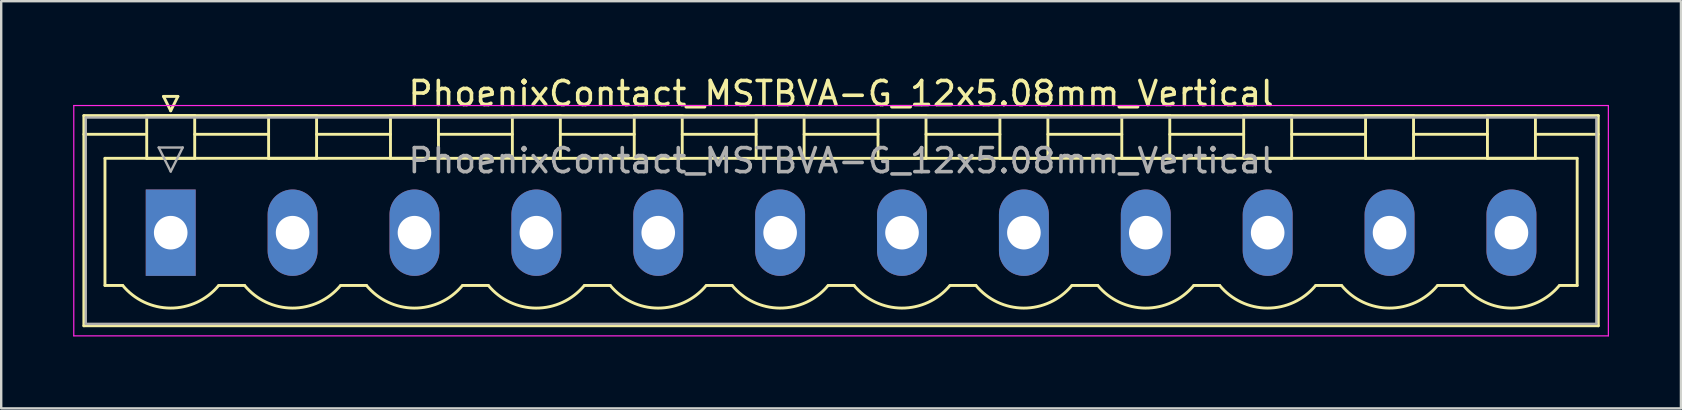
<source format=kicad_pcb>
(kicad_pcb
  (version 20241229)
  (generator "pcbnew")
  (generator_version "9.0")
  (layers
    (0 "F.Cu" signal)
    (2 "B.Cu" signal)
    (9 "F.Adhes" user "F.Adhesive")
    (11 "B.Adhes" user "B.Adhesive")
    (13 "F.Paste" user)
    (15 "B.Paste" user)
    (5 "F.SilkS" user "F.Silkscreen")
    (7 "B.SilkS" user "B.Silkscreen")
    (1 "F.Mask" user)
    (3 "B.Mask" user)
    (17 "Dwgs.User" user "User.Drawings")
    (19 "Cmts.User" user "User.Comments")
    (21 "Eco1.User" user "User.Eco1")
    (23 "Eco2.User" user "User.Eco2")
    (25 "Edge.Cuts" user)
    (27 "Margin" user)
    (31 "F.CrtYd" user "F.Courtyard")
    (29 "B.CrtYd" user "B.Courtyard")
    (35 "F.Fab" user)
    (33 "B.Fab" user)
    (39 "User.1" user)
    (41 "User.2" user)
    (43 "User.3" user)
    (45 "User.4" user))
  (footprint "PhoenixContact_MSTBVA-G_12x5.08mm_Vertical"
    (layer "F.Cu")
    (at 4.065 6.648)
    (property "Reference" "PhoenixContact_MSTBVA-G_12x5.08mm_Vertical" (at 27.94 -5.8 0) (layer "F.SilkS") (effects (font (size 1 1) (thickness 0.15))))
    (attr through_hole)
    (fp_line (start -3.62 -4.88) (end -3.62 3.88) (stroke (width 0.12) (type solid)) (layer "F.SilkS"))
    (fp_line (start -3.62 -4.1) (end -1.08 -4.1) (stroke (width 0.12) (type solid)) (layer "F.SilkS"))
    (fp_line (start -3.62 3.88) (end 59.5 3.88) (stroke (width 0.12) (type solid)) (layer "F.SilkS"))
    (fp_line (start -2.74 -3.1) (end 58.62 -3.1) (stroke (width 0.12) (type solid)) (layer "F.SilkS"))
    (fp_line (start -2.74 2.2) (end -2.74 -3.1) (stroke (width 0.12) (type solid)) (layer "F.SilkS"))
    (fp_line (start -2 2.2) (end -2.74 2.2) (stroke (width 0.12) (type solid)) (layer "F.SilkS"))
    (fp_line (start -1 -4.88) (end 1 -4.88) (stroke (width 0.12) (type solid)) (layer "F.SilkS"))
    (fp_line (start -1 -3.1) (end -1 -4.88) (stroke (width 0.12) (type solid)) (layer "F.SilkS"))
    (fp_line (start -0.3 -5.68) (end 0.3 -5.68) (stroke (width 0.12) (type solid)) (layer "F.SilkS"))
    (fp_line (start 0 -5.08) (end -0.3 -5.68) (stroke (width 0.12) (type solid)) (layer "F.SilkS"))
    (fp_line (start 0.3 -5.68) (end 0 -5.08) (stroke (width 0.12) (type solid)) (layer "F.SilkS"))
    (fp_line (start 1 -4.88) (end 1 -3.1) (stroke (width 0.12) (type solid)) (layer "F.SilkS"))
    (fp_line (start 1 -4.1) (end 4.08 -4.1) (stroke (width 0.12) (type solid)) (layer "F.SilkS"))
    (fp_line (start 1 -3.1) (end -1 -3.1) (stroke (width 0.12) (type solid)) (layer "F.SilkS"))
    (fp_line (start 2 2.2) (end 3.08 2.2) (stroke (width 0.12) (type solid)) (layer "F.SilkS"))
    (fp_line (start 4.08 -4.88) (end 6.08 -4.88) (stroke (width 0.12) (type solid)) (layer "F.SilkS"))
    (fp_line (start 4.08 -3.1) (end 4.08 -4.88) (stroke (width 0.12) (type solid)) (layer "F.SilkS"))
    (fp_line (start 6.08 -4.88) (end 6.08 -3.1) (stroke (width 0.12) (type solid)) (layer "F.SilkS"))
    (fp_line (start 6.08 -4.1) (end 9.16 -4.1) (stroke (width 0.12) (type solid)) (layer "F.SilkS"))
    (fp_line (start 6.08 -3.1) (end 4.08 -3.1) (stroke (width 0.12) (type solid)) (layer "F.SilkS"))
    (fp_line (start 7.08 2.2) (end 8.16 2.2) (stroke (width 0.12) (type solid)) (layer "F.SilkS"))
    (fp_line (start 9.16 -4.88) (end 11.16 -4.88) (stroke (width 0.12) (type solid)) (layer "F.SilkS"))
    (fp_line (start 9.16 -3.1) (end 9.16 -4.88) (stroke (width 0.12) (type solid)) (layer "F.SilkS"))
    (fp_line (start 11.16 -4.88) (end 11.16 -3.1) (stroke (width 0.12) (type solid)) (layer "F.SilkS"))
    (fp_line (start 11.16 -4.1) (end 14.24 -4.1) (stroke (width 0.12) (type solid)) (layer "F.SilkS"))
    (fp_line (start 11.16 -3.1) (end 9.16 -3.1) (stroke (width 0.12) (type solid)) (layer "F.SilkS"))
    (fp_line (start 12.16 2.2) (end 13.24 2.2) (stroke (width 0.12) (type solid)) (layer "F.SilkS"))
    (fp_line (start 14.24 -4.88) (end 16.24 -4.88) (stroke (width 0.12) (type solid)) (layer "F.SilkS"))
    (fp_line (start 14.24 -3.1) (end 14.24 -4.88) (stroke (width 0.12) (type solid)) (layer "F.SilkS"))
    (fp_line (start 16.24 -4.88) (end 16.24 -3.1) (stroke (width 0.12) (type solid)) (layer "F.SilkS"))
    (fp_line (start 16.24 -4.1) (end 19.32 -4.1) (stroke (width 0.12) (type solid)) (layer "F.SilkS"))
    (fp_line (start 16.24 -3.1) (end 14.24 -3.1) (stroke (width 0.12) (type solid)) (layer "F.SilkS"))
    (fp_line (start 17.24 2.2) (end 18.32 2.2) (stroke (width 0.12) (type solid)) (layer "F.SilkS"))
    (fp_line (start 19.32 -4.88) (end 21.32 -4.88) (stroke (width 0.12) (type solid)) (layer "F.SilkS"))
    (fp_line (start 19.32 -3.1) (end 19.32 -4.88) (stroke (width 0.12) (type solid)) (layer "F.SilkS"))
    (fp_line (start 21.32 -4.88) (end 21.32 -3.1) (stroke (width 0.12) (type solid)) (layer "F.SilkS"))
    (fp_line (start 21.32 -4.1) (end 24.4 -4.1) (stroke (width 0.12) (type solid)) (layer "F.SilkS"))
    (fp_line (start 21.32 -3.1) (end 19.32 -3.1) (stroke (width 0.12) (type solid)) (layer "F.SilkS"))
    (fp_line (start 22.32 2.2) (end 23.4 2.2) (stroke (width 0.12) (type solid)) (layer "F.SilkS"))
    (fp_line (start 24.4 -4.88) (end 26.4 -4.88) (stroke (width 0.12) (type solid)) (layer "F.SilkS"))
    (fp_line (start 24.4 -3.1) (end 24.4 -4.88) (stroke (width 0.12) (type solid)) (layer "F.SilkS"))
    (fp_line (start 26.4 -4.88) (end 26.4 -3.1) (stroke (width 0.12) (type solid)) (layer "F.SilkS"))
    (fp_line (start 26.4 -4.1) (end 29.48 -4.1) (stroke (width 0.12) (type solid)) (layer "F.SilkS"))
    (fp_line (start 26.4 -3.1) (end 24.4 -3.1) (stroke (width 0.12) (type solid)) (layer "F.SilkS"))
    (fp_line (start 27.4 2.2) (end 28.48 2.2) (stroke (width 0.12) (type solid)) (layer "F.SilkS"))
    (fp_line (start 29.48 -4.88) (end 31.48 -4.88) (stroke (width 0.12) (type solid)) (layer "F.SilkS"))
    (fp_line (start 29.48 -3.1) (end 29.48 -4.88) (stroke (width 0.12) (type solid)) (layer "F.SilkS"))
    (fp_line (start 31.48 -4.88) (end 31.48 -3.1) (stroke (width 0.12) (type solid)) (layer "F.SilkS"))
    (fp_line (start 31.48 -4.1) (end 34.56 -4.1) (stroke (width 0.12) (type solid)) (layer "F.SilkS"))
    (fp_line (start 31.48 -3.1) (end 29.48 -3.1) (stroke (width 0.12) (type solid)) (layer "F.SilkS"))
    (fp_line (start 32.48 2.2) (end 33.56 2.2) (stroke (width 0.12) (type solid)) (layer "F.SilkS"))
    (fp_line (start 34.56 -4.88) (end 36.56 -4.88) (stroke (width 0.12) (type solid)) (layer "F.SilkS"))
    (fp_line (start 34.56 -3.1) (end 34.56 -4.88) (stroke (width 0.12) (type solid)) (layer "F.SilkS"))
    (fp_line (start 36.56 -4.88) (end 36.56 -3.1) (stroke (width 0.12) (type solid)) (layer "F.SilkS"))
    (fp_line (start 36.56 -4.1) (end 39.64 -4.1) (stroke (width 0.12) (type solid)) (layer "F.SilkS"))
    (fp_line (start 36.56 -3.1) (end 34.56 -3.1) (stroke (width 0.12) (type solid)) (layer "F.SilkS"))
    (fp_line (start 37.56 2.2) (end 38.64 2.2) (stroke (width 0.12) (type solid)) (layer "F.SilkS"))
    (fp_line (start 39.64 -4.88) (end 41.64 -4.88) (stroke (width 0.12) (type solid)) (layer "F.SilkS"))
    (fp_line (start 39.64 -3.1) (end 39.64 -4.88) (stroke (width 0.12) (type solid)) (layer "F.SilkS"))
    (fp_line (start 41.64 -4.88) (end 41.64 -3.1) (stroke (width 0.12) (type solid)) (layer "F.SilkS"))
    (fp_line (start 41.64 -4.1) (end 44.72 -4.1) (stroke (width 0.12) (type solid)) (layer "F.SilkS"))
    (fp_line (start 41.64 -3.1) (end 39.64 -3.1) (stroke (width 0.12) (type solid)) (layer "F.SilkS"))
    (fp_line (start 42.64 2.2) (end 43.72 2.2) (stroke (width 0.12) (type solid)) (layer "F.SilkS"))
    (fp_line (start 44.72 -4.88) (end 46.72 -4.88) (stroke (width 0.12) (type solid)) (layer "F.SilkS"))
    (fp_line (start 44.72 -3.1) (end 44.72 -4.88) (stroke (width 0.12) (type solid)) (layer "F.SilkS"))
    (fp_line (start 46.72 -4.88) (end 46.72 -3.1) (stroke (width 0.12) (type solid)) (layer "F.SilkS"))
    (fp_line (start 46.72 -4.1) (end 49.8 -4.1) (stroke (width 0.12) (type solid)) (layer "F.SilkS"))
    (fp_line (start 46.72 -3.1) (end 44.72 -3.1) (stroke (width 0.12) (type solid)) (layer "F.SilkS"))
    (fp_line (start 47.72 2.2) (end 48.8 2.2) (stroke (width 0.12) (type solid)) (layer "F.SilkS"))
    (fp_line (start 49.8 -4.88) (end 51.8 -4.88) (stroke (width 0.12) (type solid)) (layer "F.SilkS"))
    (fp_line (start 49.8 -3.1) (end 49.8 -4.88) (stroke (width 0.12) (type solid)) (layer "F.SilkS"))
    (fp_line (start 51.8 -4.88) (end 51.8 -3.1) (stroke (width 0.12) (type solid)) (layer "F.SilkS"))
    (fp_line (start 51.8 -4.1) (end 54.88 -4.1) (stroke (width 0.12) (type solid)) (layer "F.SilkS"))
    (fp_line (start 51.8 -3.1) (end 49.8 -3.1) (stroke (width 0.12) (type solid)) (layer "F.SilkS"))
    (fp_line (start 52.8 2.2) (end 53.88 2.2) (stroke (width 0.12) (type solid)) (layer "F.SilkS"))
    (fp_line (start 54.88 -4.88) (end 56.88 -4.88) (stroke (width 0.12) (type solid)) (layer "F.SilkS"))
    (fp_line (start 54.88 -3.1) (end 54.88 -4.88) (stroke (width 0.12) (type solid)) (layer "F.SilkS"))
    (fp_line (start 56.88 -4.88) (end 56.88 -3.1) (stroke (width 0.12) (type solid)) (layer "F.SilkS"))
    (fp_line (start 56.88 -3.1) (end 54.88 -3.1) (stroke (width 0.12) (type solid)) (layer "F.SilkS"))
    (fp_line (start 58.62 -3.1) (end 58.62 2.2) (stroke (width 0.12) (type solid)) (layer "F.SilkS"))
    (fp_line (start 58.62 2.2) (end 57.88 2.2) (stroke (width 0.12) (type solid)) (layer "F.SilkS"))
    (fp_line (start 59.5 -4.88) (end -3.62 -4.88) (stroke (width 0.12) (type solid)) (layer "F.SilkS"))
    (fp_line (start 59.5 -4.1) (end 56.96 -4.1) (stroke (width 0.12) (type solid)) (layer "F.SilkS"))
    (fp_line (start 59.5 3.88) (end 59.5 -4.88) (stroke (width 0.12) (type solid)) (layer "F.SilkS"))
    (fp_arc (start 1.986842 2.215821) (mid -0.010289 3.142758) (end -2 2.2) (stroke (width 0.12) (type solid)) (layer "F.SilkS"))
    (fp_arc (start 7.066842 2.215821) (mid 5.069711 3.142758) (end 3.08 2.2) (stroke (width 0.12) (type solid)) (layer "F.SilkS"))
    (fp_arc (start 12.146842 2.215821) (mid 10.149711 3.142758) (end 8.16 2.2) (stroke (width 0.12) (type solid)) (layer "F.SilkS"))
    (fp_arc (start 17.226842 2.215821) (mid 15.229711 3.142758) (end 13.24 2.2) (stroke (width 0.12) (type solid)) (layer "F.SilkS"))
    (fp_arc (start 22.306842 2.215821) (mid 20.309711 3.142758) (end 18.32 2.2) (stroke (width 0.12) (type solid)) (layer "F.SilkS"))
    (fp_arc (start 27.386842 2.215821) (mid 25.389711 3.142758) (end 23.4 2.2) (stroke (width 0.12) (type solid)) (layer "F.SilkS"))
    (fp_arc (start 32.466842 2.215821) (mid 30.469711 3.142758) (end 28.48 2.2) (stroke (width 0.12) (type solid)) (layer "F.SilkS"))
    (fp_arc (start 37.546842 2.215821) (mid 35.549711 3.142758) (end 33.56 2.2) (stroke (width 0.12) (type solid)) (layer "F.SilkS"))
    (fp_arc (start 42.626842 2.215821) (mid 40.629711 3.142758) (end 38.64 2.2) (stroke (width 0.12) (type solid)) (layer "F.SilkS"))
    (fp_arc (start 47.706842 2.215821) (mid 45.709711 3.142758) (end 43.72 2.2) (stroke (width 0.12) (type solid)) (layer "F.SilkS"))
    (fp_arc (start 52.786842 2.215821) (mid 50.789711 3.142758) (end 48.8 2.2) (stroke (width 0.12) (type solid)) (layer "F.SilkS"))
    (fp_arc (start 57.866842 2.215821) (mid 55.869711 3.142758) (end 53.88 2.2) (stroke (width 0.12) (type solid)) (layer "F.SilkS"))
    (fp_line (start -4.04 -5.3) (end -4.04 4.3) (stroke (width 0.05) (type solid)) (layer "F.CrtYd"))
    (fp_line (start -4.04 4.3) (end 59.92 4.3) (stroke (width 0.05) (type solid)) (layer "F.CrtYd"))
    (fp_line (start 59.92 -5.3) (end -4.04 -5.3) (stroke (width 0.05) (type solid)) (layer "F.CrtYd"))
    (fp_line (start 59.92 4.3) (end 59.92 -5.3) (stroke (width 0.05) (type solid)) (layer "F.CrtYd"))
    (fp_line (start -3.54 -4.8) (end -3.54 3.8) (stroke (width 0.1) (type solid)) (layer "F.Fab"))
    (fp_line (start -3.54 3.8) (end 59.42 3.8) (stroke (width 0.1) (type solid)) (layer "F.Fab"))
    (fp_line (start -0.5 -3.55) (end 0.5 -3.55) (stroke (width 0.1) (type solid)) (layer "F.Fab"))
    (fp_line (start 0 -2.55) (end -0.5 -3.55) (stroke (width 0.1) (type solid)) (layer "F.Fab"))
    (fp_line (start 0.5 -3.55) (end 0 -2.55) (stroke (width 0.1) (type solid)) (layer "F.Fab"))
    (fp_line (start 59.42 -4.8) (end -3.54 -4.8) (stroke (width 0.1) (type solid)) (layer "F.Fab"))
    (fp_line (start 59.42 3.8) (end 59.42 -4.8) (stroke (width 0.1) (type solid)) (layer "F.Fab"))
    (fp_text user "${REFERENCE}" (at 27.94 -3 0) (layer "F.Fab") (effects (font (size 1 1) (thickness 0.15))))
    (pad "1" thru_hole rect (at 0 0) (size 2.08 3.6) (drill 1.4) (layers "*.Cu" "*.Mask"))
    (pad "2" thru_hole oval (at 5.08 0) (size 2.08 3.6) (drill 1.4) (layers "*.Cu" "*.Mask"))
    (pad "3" thru_hole oval (at 10.16 0) (size 2.08 3.6) (drill 1.4) (layers "*.Cu" "*.Mask"))
    (pad "4" thru_hole oval (at 15.24 0) (size 2.08 3.6) (drill 1.4) (layers "*.Cu" "*.Mask"))
    (pad "5" thru_hole oval (at 20.32 0) (size 2.08 3.6) (drill 1.4) (layers "*.Cu" "*.Mask"))
    (pad "6" thru_hole oval (at 25.4 0) (size 2.08 3.6) (drill 1.4) (layers "*.Cu" "*.Mask"))
    (pad "7" thru_hole oval (at 30.48 0) (size 2.08 3.6) (drill 1.4) (layers "*.Cu" "*.Mask"))
    (pad "8" thru_hole oval (at 35.56 0) (size 2.08 3.6) (drill 1.4) (layers "*.Cu" "*.Mask"))
    (pad "9" thru_hole oval (at 40.64 0) (size 2.08 3.6) (drill 1.4) (layers "*.Cu" "*.Mask"))
    (pad "10" thru_hole oval (at 45.72 0) (size 2.08 3.6) (drill 1.4) (layers "*.Cu" "*.Mask"))
    (pad "11" thru_hole oval (at 50.8 0) (size 2.08 3.6) (drill 1.4) (layers "*.Cu" "*.Mask"))
    (pad "12" thru_hole oval (at 55.88 0) (size 2.08 3.6) (drill 1.4) (layers "*.Cu" "*.Mask")))
  (gr_rect
    (start -3 -3)
    (end 67.01 13.973)
    (stroke (width 0.1) (type default))
    (fill no)
    (layer "Edge.Cuts")))
</source>
